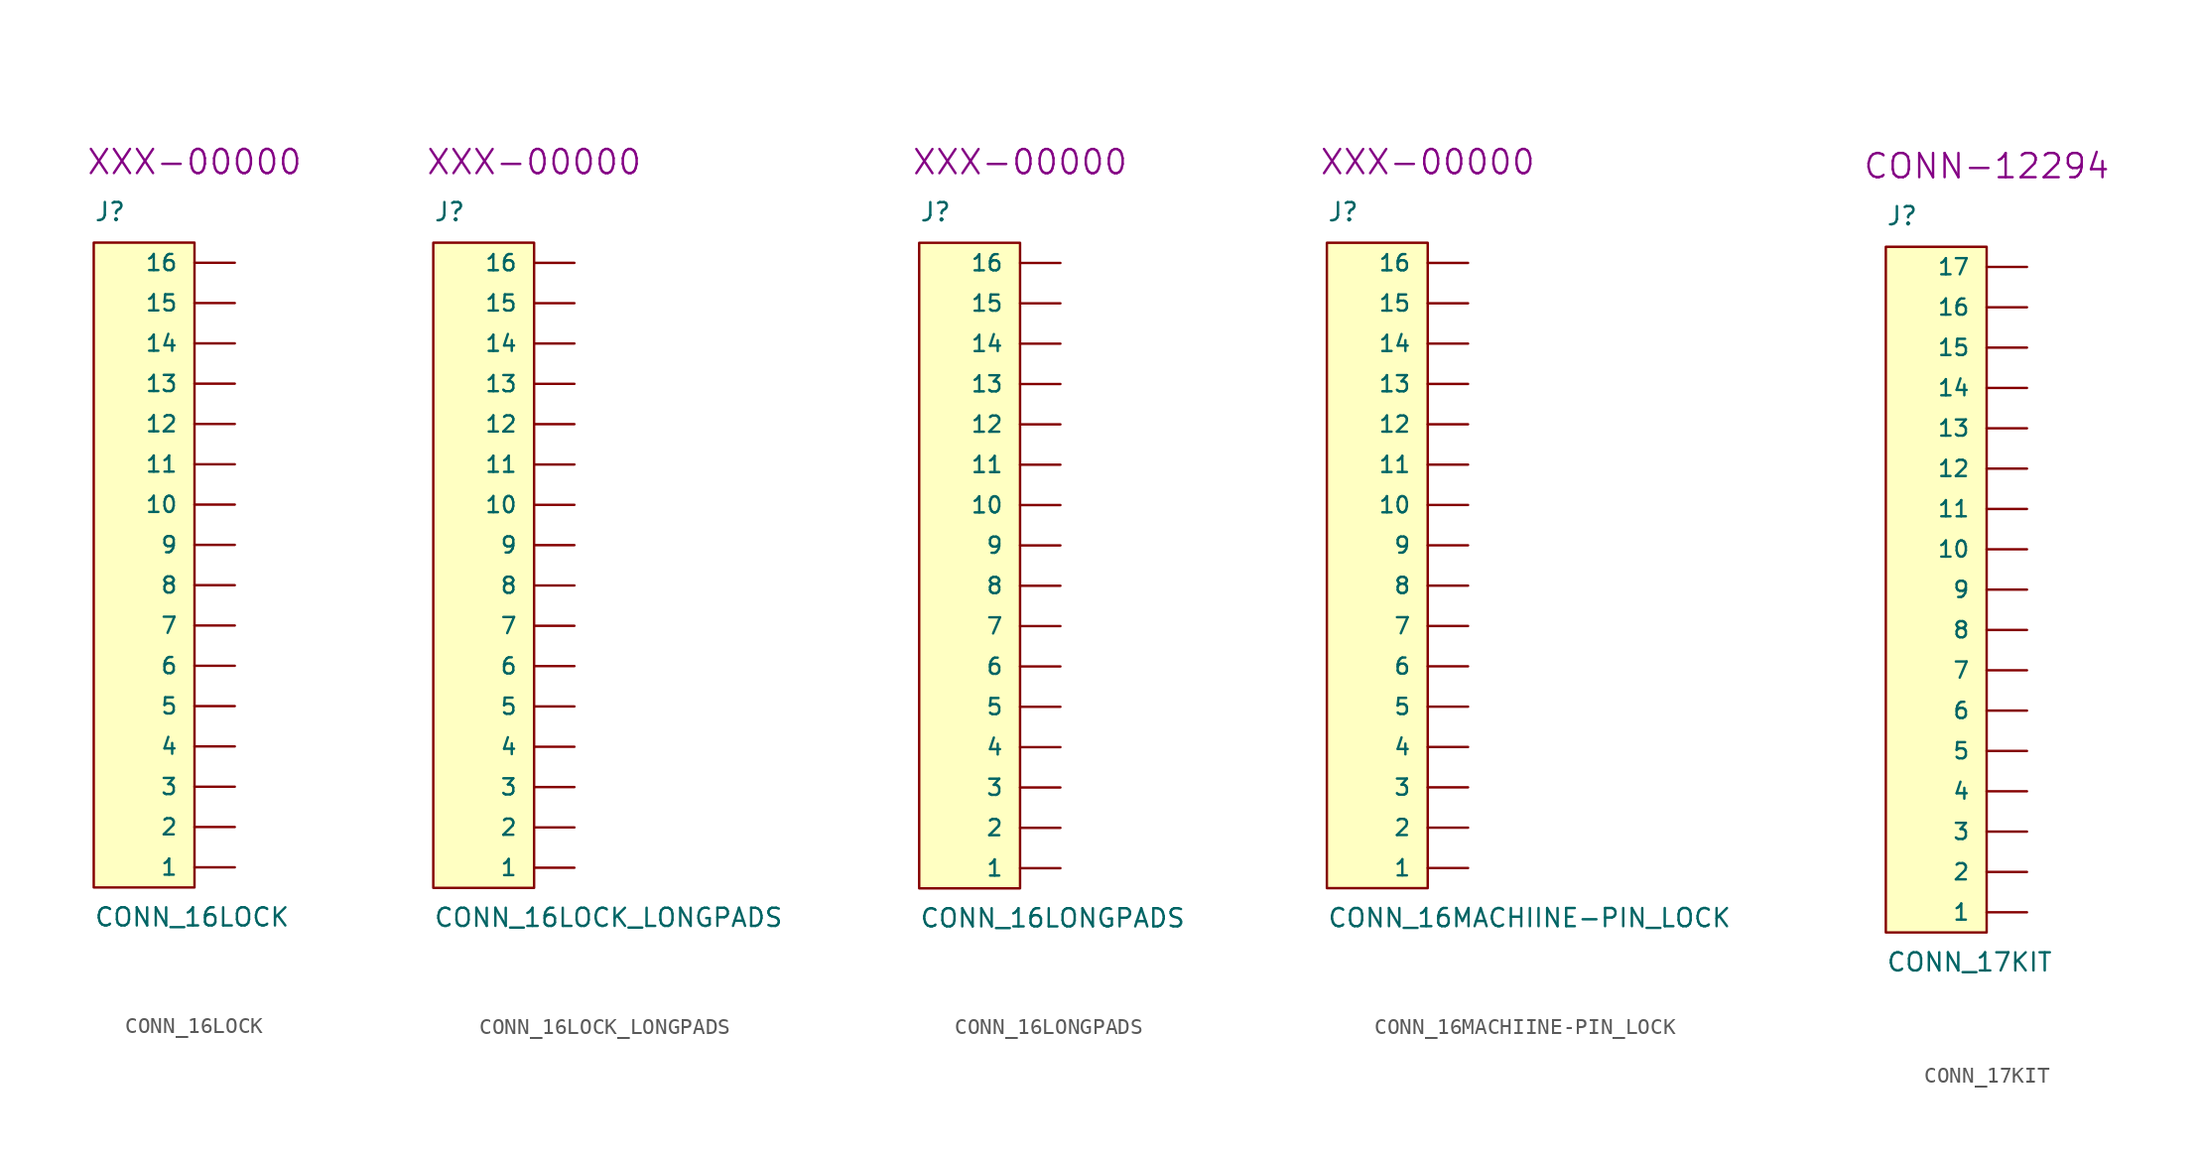
<source format=kicad_sym>
(kicad_symbol_lib
  (version 20220914)
  (generator kicad_symbol_editor)
  (symbol "CONN_16LOCK"
    (pin_numbers hide)
    (pin_names
      (offset 1.016))
    (property "Reference" "J"
      (at -6.35 40.64 0)
      (effects (font (size 1.143 1.143)) (justify left bottom)))
    (property "Value" "CONN_16LOCK"
      (at -6.35 -3.81 0)
      (effects (font (size 1.143 1.143)) (justify left bottom)))
    (property "Field4" "XXX-00000"
      (at 0 44.45 0)
      (effects (font (size 1.524 1.524))))
    (property "ki_locked" ""
      (at 0 0 0)
      (effects (font (size 1.27 1.27))))
    (symbol "CONN_16LOCK_0_1"
      (rectangle (start 0 -1.27) (end -6.35 39.37) (stroke (width 0) (type solid)) (fill (type background))))
    (symbol "CONN_16LOCK_1_1"
      (pin passive line (at 2.54 0 180) (length 2.54) (name "1" (effects (font (size 1.016 1.016)))) (number "1" (effects (font (size 1.016 1.016)))))
      (pin passive line (at 2.54 22.86 180) (length 2.54) (name "10" (effects (font (size 1.016 1.016)))) (number "10" (effects (font (size 1.016 1.016)))))
      (pin passive line (at 2.54 25.4 180) (length 2.54) (name "11" (effects (font (size 1.016 1.016)))) (number "11" (effects (font (size 1.016 1.016)))))
      (pin passive line (at 2.54 27.94 180) (length 2.54) (name "12" (effects (font (size 1.016 1.016)))) (number "12" (effects (font (size 1.016 1.016)))))
      (pin passive line (at 2.54 30.48 180) (length 2.54) (name "13" (effects (font (size 1.016 1.016)))) (number "13" (effects (font (size 1.016 1.016)))))
      (pin passive line (at 2.54 33.02 180) (length 2.54) (name "14" (effects (font (size 1.016 1.016)))) (number "14" (effects (font (size 1.016 1.016)))))
      (pin passive line (at 2.54 35.56 180) (length 2.54) (name "15" (effects (font (size 1.016 1.016)))) (number "15" (effects (font (size 1.016 1.016)))))
      (pin passive line (at 2.54 38.1 180) (length 2.54) (name "16" (effects (font (size 1.016 1.016)))) (number "16" (effects (font (size 1.016 1.016)))))
      (pin passive line (at 2.54 2.54 180) (length 2.54) (name "2" (effects (font (size 1.016 1.016)))) (number "2" (effects (font (size 1.016 1.016)))))
      (pin passive line (at 2.54 5.08 180) (length 2.54) (name "3" (effects (font (size 1.016 1.016)))) (number "3" (effects (font (size 1.016 1.016)))))
      (pin passive line (at 2.54 7.62 180) (length 2.54) (name "4" (effects (font (size 1.016 1.016)))) (number "4" (effects (font (size 1.016 1.016)))))
      (pin passive line (at 2.54 10.16 180) (length 2.54) (name "5" (effects (font (size 1.016 1.016)))) (number "5" (effects (font (size 1.016 1.016)))))
      (pin passive line (at 2.54 12.7 180) (length 2.54) (name "6" (effects (font (size 1.016 1.016)))) (number "6" (effects (font (size 1.016 1.016)))))
      (pin passive line (at 2.54 15.24 180) (length 2.54) (name "7" (effects (font (size 1.016 1.016)))) (number "7" (effects (font (size 1.016 1.016)))))
      (pin passive line (at 2.54 17.78 180) (length 2.54) (name "8" (effects (font (size 1.016 1.016)))) (number "8" (effects (font (size 1.016 1.016)))))
      (pin passive line (at 2.54 20.32 180) (length 2.54) (name "9" (effects (font (size 1.016 1.016)))) (number "9" (effects (font (size 1.016 1.016)))))))
  (symbol "CONN_16LOCK_LONGPADS"
    (pin_numbers hide)
    (pin_names
      (offset 1.016))
    (property "Reference" "J"
      (at -6.35 40.64 0)
      (effects (font (size 1.143 1.143)) (justify left bottom)))
    (property "Value" "CONN_16LOCK_LONGPADS"
      (at -6.35 -3.81 0)
      (effects (font (size 1.143 1.143)) (justify left bottom)))
    (property "Field4" "XXX-00000"
      (at 0 44.45 0)
      (effects (font (size 1.524 1.524))))
    (property "ki_locked" ""
      (at 0 0 0)
      (effects (font (size 1.27 1.27))))
    (symbol "CONN_16LOCK_LONGPADS_0_1"
      (rectangle (start 0 -1.27) (end -6.35 39.37) (stroke (width 0) (type solid)) (fill (type background))))
    (symbol "CONN_16LOCK_LONGPADS_1_1"
      (pin passive line (at 2.54 0 180) (length 2.54) (name "1" (effects (font (size 1.016 1.016)))) (number "1" (effects (font (size 1.016 1.016)))))
      (pin passive line (at 2.54 22.86 180) (length 2.54) (name "10" (effects (font (size 1.016 1.016)))) (number "10" (effects (font (size 1.016 1.016)))))
      (pin passive line (at 2.54 25.4 180) (length 2.54) (name "11" (effects (font (size 1.016 1.016)))) (number "11" (effects (font (size 1.016 1.016)))))
      (pin passive line (at 2.54 27.94 180) (length 2.54) (name "12" (effects (font (size 1.016 1.016)))) (number "12" (effects (font (size 1.016 1.016)))))
      (pin passive line (at 2.54 30.48 180) (length 2.54) (name "13" (effects (font (size 1.016 1.016)))) (number "13" (effects (font (size 1.016 1.016)))))
      (pin passive line (at 2.54 33.02 180) (length 2.54) (name "14" (effects (font (size 1.016 1.016)))) (number "14" (effects (font (size 1.016 1.016)))))
      (pin passive line (at 2.54 35.56 180) (length 2.54) (name "15" (effects (font (size 1.016 1.016)))) (number "15" (effects (font (size 1.016 1.016)))))
      (pin passive line (at 2.54 38.1 180) (length 2.54) (name "16" (effects (font (size 1.016 1.016)))) (number "16" (effects (font (size 1.016 1.016)))))
      (pin passive line (at 2.54 2.54 180) (length 2.54) (name "2" (effects (font (size 1.016 1.016)))) (number "2" (effects (font (size 1.016 1.016)))))
      (pin passive line (at 2.54 5.08 180) (length 2.54) (name "3" (effects (font (size 1.016 1.016)))) (number "3" (effects (font (size 1.016 1.016)))))
      (pin passive line (at 2.54 7.62 180) (length 2.54) (name "4" (effects (font (size 1.016 1.016)))) (number "4" (effects (font (size 1.016 1.016)))))
      (pin passive line (at 2.54 10.16 180) (length 2.54) (name "5" (effects (font (size 1.016 1.016)))) (number "5" (effects (font (size 1.016 1.016)))))
      (pin passive line (at 2.54 12.7 180) (length 2.54) (name "6" (effects (font (size 1.016 1.016)))) (number "6" (effects (font (size 1.016 1.016)))))
      (pin passive line (at 2.54 15.24 180) (length 2.54) (name "7" (effects (font (size 1.016 1.016)))) (number "7" (effects (font (size 1.016 1.016)))))
      (pin passive line (at 2.54 17.78 180) (length 2.54) (name "8" (effects (font (size 1.016 1.016)))) (number "8" (effects (font (size 1.016 1.016)))))
      (pin passive line (at 2.54 20.32 180) (length 2.54) (name "9" (effects (font (size 1.016 1.016)))) (number "9" (effects (font (size 1.016 1.016)))))))
  (symbol "CONN_16LONGPADS"
    (pin_numbers hide)
    (pin_names
      (offset 1.016))
    (property "Reference" "J"
      (at -6.35 40.64 0)
      (effects (font (size 1.143 1.143)) (justify left bottom)))
    (property "Value" "CONN_16LONGPADS"
      (at -6.35 -3.81 0)
      (effects (font (size 1.143 1.143)) (justify left bottom)))
    (property "Field4" "XXX-00000"
      (at 0 44.45 0)
      (effects (font (size 1.524 1.524))))
    (property "ki_locked" ""
      (at 0 0 0)
      (effects (font (size 1.27 1.27))))
    (symbol "CONN_16LONGPADS_0_1"
      (rectangle (start 0 -1.27) (end -6.35 39.37) (stroke (width 0) (type solid)) (fill (type background))))
    (symbol "CONN_16LONGPADS_1_1"
      (pin passive line (at 2.54 0 180) (length 2.54) (name "1" (effects (font (size 1.016 1.016)))) (number "1" (effects (font (size 1.016 1.016)))))
      (pin passive line (at 2.54 22.86 180) (length 2.54) (name "10" (effects (font (size 1.016 1.016)))) (number "10" (effects (font (size 1.016 1.016)))))
      (pin passive line (at 2.54 25.4 180) (length 2.54) (name "11" (effects (font (size 1.016 1.016)))) (number "11" (effects (font (size 1.016 1.016)))))
      (pin passive line (at 2.54 27.94 180) (length 2.54) (name "12" (effects (font (size 1.016 1.016)))) (number "12" (effects (font (size 1.016 1.016)))))
      (pin passive line (at 2.54 30.48 180) (length 2.54) (name "13" (effects (font (size 1.016 1.016)))) (number "13" (effects (font (size 1.016 1.016)))))
      (pin passive line (at 2.54 33.02 180) (length 2.54) (name "14" (effects (font (size 1.016 1.016)))) (number "14" (effects (font (size 1.016 1.016)))))
      (pin passive line (at 2.54 35.56 180) (length 2.54) (name "15" (effects (font (size 1.016 1.016)))) (number "15" (effects (font (size 1.016 1.016)))))
      (pin passive line (at 2.54 38.1 180) (length 2.54) (name "16" (effects (font (size 1.016 1.016)))) (number "16" (effects (font (size 1.016 1.016)))))
      (pin passive line (at 2.54 2.54 180) (length 2.54) (name "2" (effects (font (size 1.016 1.016)))) (number "2" (effects (font (size 1.016 1.016)))))
      (pin passive line (at 2.54 5.08 180) (length 2.54) (name "3" (effects (font (size 1.016 1.016)))) (number "3" (effects (font (size 1.016 1.016)))))
      (pin passive line (at 2.54 7.62 180) (length 2.54) (name "4" (effects (font (size 1.016 1.016)))) (number "4" (effects (font (size 1.016 1.016)))))
      (pin passive line (at 2.54 10.16 180) (length 2.54) (name "5" (effects (font (size 1.016 1.016)))) (number "5" (effects (font (size 1.016 1.016)))))
      (pin passive line (at 2.54 12.7 180) (length 2.54) (name "6" (effects (font (size 1.016 1.016)))) (number "6" (effects (font (size 1.016 1.016)))))
      (pin passive line (at 2.54 15.24 180) (length 2.54) (name "7" (effects (font (size 1.016 1.016)))) (number "7" (effects (font (size 1.016 1.016)))))
      (pin passive line (at 2.54 17.78 180) (length 2.54) (name "8" (effects (font (size 1.016 1.016)))) (number "8" (effects (font (size 1.016 1.016)))))
      (pin passive line (at 2.54 20.32 180) (length 2.54) (name "9" (effects (font (size 1.016 1.016)))) (number "9" (effects (font (size 1.016 1.016)))))))
  (symbol "CONN_16MACHIINE-PIN_LOCK"
    (pin_numbers hide)
    (pin_names
      (offset 1.016))
    (property "Reference" "J"
      (at -6.35 40.64 0)
      (effects (font (size 1.143 1.143)) (justify left bottom)))
    (property "Value" "CONN_16MACHIINE-PIN_LOCK"
      (at -6.35 -3.81 0)
      (effects (font (size 1.143 1.143)) (justify left bottom)))
    (property "Field4" "XXX-00000"
      (at 0 44.45 0)
      (effects (font (size 1.524 1.524))))
    (property "ki_locked" ""
      (at 0 0 0)
      (effects (font (size 1.27 1.27))))
    (symbol "CONN_16MACHIINE-PIN_LOCK_0_1"
      (rectangle (start 0 -1.27) (end -6.35 39.37) (stroke (width 0) (type solid)) (fill (type background))))
    (symbol "CONN_16MACHIINE-PIN_LOCK_1_1"
      (pin passive line (at 2.54 0 180) (length 2.54) (name "1" (effects (font (size 1.016 1.016)))) (number "1" (effects (font (size 1.016 1.016)))))
      (pin passive line (at 2.54 22.86 180) (length 2.54) (name "10" (effects (font (size 1.016 1.016)))) (number "10" (effects (font (size 1.016 1.016)))))
      (pin passive line (at 2.54 25.4 180) (length 2.54) (name "11" (effects (font (size 1.016 1.016)))) (number "11" (effects (font (size 1.016 1.016)))))
      (pin passive line (at 2.54 27.94 180) (length 2.54) (name "12" (effects (font (size 1.016 1.016)))) (number "12" (effects (font (size 1.016 1.016)))))
      (pin passive line (at 2.54 30.48 180) (length 2.54) (name "13" (effects (font (size 1.016 1.016)))) (number "13" (effects (font (size 1.016 1.016)))))
      (pin passive line (at 2.54 33.02 180) (length 2.54) (name "14" (effects (font (size 1.016 1.016)))) (number "14" (effects (font (size 1.016 1.016)))))
      (pin passive line (at 2.54 35.56 180) (length 2.54) (name "15" (effects (font (size 1.016 1.016)))) (number "15" (effects (font (size 1.016 1.016)))))
      (pin passive line (at 2.54 38.1 180) (length 2.54) (name "16" (effects (font (size 1.016 1.016)))) (number "16" (effects (font (size 1.016 1.016)))))
      (pin passive line (at 2.54 2.54 180) (length 2.54) (name "2" (effects (font (size 1.016 1.016)))) (number "2" (effects (font (size 1.016 1.016)))))
      (pin passive line (at 2.54 5.08 180) (length 2.54) (name "3" (effects (font (size 1.016 1.016)))) (number "3" (effects (font (size 1.016 1.016)))))
      (pin passive line (at 2.54 7.62 180) (length 2.54) (name "4" (effects (font (size 1.016 1.016)))) (number "4" (effects (font (size 1.016 1.016)))))
      (pin passive line (at 2.54 10.16 180) (length 2.54) (name "5" (effects (font (size 1.016 1.016)))) (number "5" (effects (font (size 1.016 1.016)))))
      (pin passive line (at 2.54 12.7 180) (length 2.54) (name "6" (effects (font (size 1.016 1.016)))) (number "6" (effects (font (size 1.016 1.016)))))
      (pin passive line (at 2.54 15.24 180) (length 2.54) (name "7" (effects (font (size 1.016 1.016)))) (number "7" (effects (font (size 1.016 1.016)))))
      (pin passive line (at 2.54 17.78 180) (length 2.54) (name "8" (effects (font (size 1.016 1.016)))) (number "8" (effects (font (size 1.016 1.016)))))
      (pin passive line (at 2.54 20.32 180) (length 2.54) (name "9" (effects (font (size 1.016 1.016)))) (number "9" (effects (font (size 1.016 1.016)))))))
  (symbol "CONN_17KIT"
    (pin_numbers hide)
    (pin_names
      (offset 1.016))
    (property "Reference" "J"
      (at -6.35 43.18 0)
      (effects (font (size 1.143 1.143)) (justify left bottom)))
    (property "Value" "CONN_17KIT"
      (at -6.35 -3.81 0)
      (effects (font (size 1.143 1.143)) (justify left bottom)))
    (property "Field4" "CONN-12294"
      (at 0 46.99 0)
      (effects (font (size 1.524 1.524))))
    (property "ki_locked" ""
      (at 0 0 0)
      (effects (font (size 1.27 1.27))))
    (symbol "CONN_17KIT_0_1"
      (rectangle (start 0 -1.27) (end -6.35 41.91) (stroke (width 0) (type solid)) (fill (type background))))
    (symbol "CONN_17KIT_1_1"
      (pin passive line (at 2.54 0 180) (length 2.54) (name "1" (effects (font (size 1.016 1.016)))) (number "1" (effects (font (size 1.016 1.016)))))
      (pin passive line (at 2.54 22.86 180) (length 2.54) (name "10" (effects (font (size 1.016 1.016)))) (number "10" (effects (font (size 1.016 1.016)))))
      (pin passive line (at 2.54 25.4 180) (length 2.54) (name "11" (effects (font (size 1.016 1.016)))) (number "11" (effects (font (size 1.016 1.016)))))
      (pin passive line (at 2.54 27.94 180) (length 2.54) (name "12" (effects (font (size 1.016 1.016)))) (number "12" (effects (font (size 1.016 1.016)))))
      (pin passive line (at 2.54 30.48 180) (length 2.54) (name "13" (effects (font (size 1.016 1.016)))) (number "13" (effects (font (size 1.016 1.016)))))
      (pin passive line (at 2.54 33.02 180) (length 2.54) (name "14" (effects (font (size 1.016 1.016)))) (number "14" (effects (font (size 1.016 1.016)))))
      (pin passive line (at 2.54 35.56 180) (length 2.54) (name "15" (effects (font (size 1.016 1.016)))) (number "15" (effects (font (size 1.016 1.016)))))
      (pin passive line (at 2.54 38.1 180) (length 2.54) (name "16" (effects (font (size 1.016 1.016)))) (number "16" (effects (font (size 1.016 1.016)))))
      (pin passive line (at 2.54 40.64 180) (length 2.54) (name "17" (effects (font (size 1.016 1.016)))) (number "17" (effects (font (size 1.016 1.016)))))
      (pin passive line (at 2.54 2.54 180) (length 2.54) (name "2" (effects (font (size 1.016 1.016)))) (number "2" (effects (font (size 1.016 1.016)))))
      (pin passive line (at 2.54 5.08 180) (length 2.54) (name "3" (effects (font (size 1.016 1.016)))) (number "3" (effects (font (size 1.016 1.016)))))
      (pin passive line (at 2.54 7.62 180) (length 2.54) (name "4" (effects (font (size 1.016 1.016)))) (number "4" (effects (font (size 1.016 1.016)))))
      (pin passive line (at 2.54 10.16 180) (length 2.54) (name "5" (effects (font (size 1.016 1.016)))) (number "5" (effects (font (size 1.016 1.016)))))
      (pin passive line (at 2.54 12.7 180) (length 2.54) (name "6" (effects (font (size 1.016 1.016)))) (number "6" (effects (font (size 1.016 1.016)))))
      (pin passive line (at 2.54 15.24 180) (length 2.54) (name "7" (effects (font (size 1.016 1.016)))) (number "7" (effects (font (size 1.016 1.016)))))
      (pin passive line (at 2.54 17.78 180) (length 2.54) (name "8" (effects (font (size 1.016 1.016)))) (number "8" (effects (font (size 1.016 1.016)))))
      (pin passive line (at 2.54 20.32 180) (length 2.54) (name "9" (effects (font (size 1.016 1.016)))) (number "9" (effects (font (size 1.016 1.016))))))))
</source>
